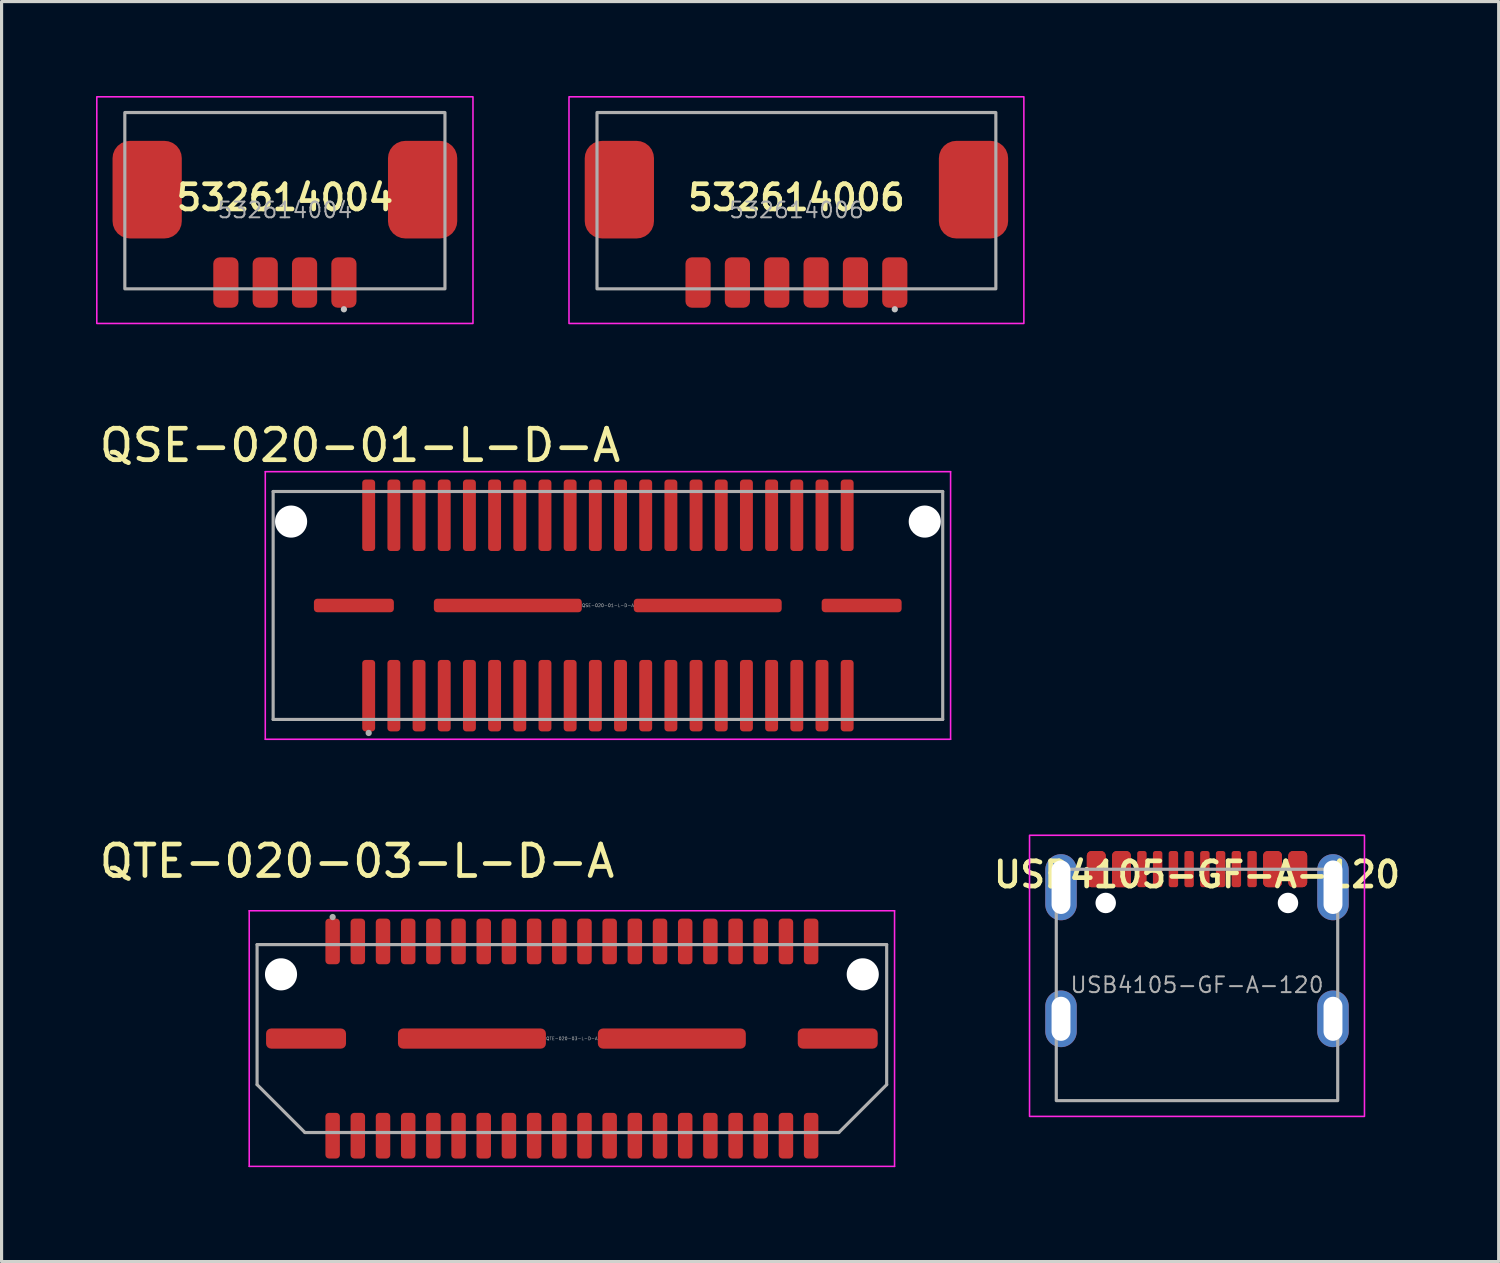
<source format=kicad_pcb>
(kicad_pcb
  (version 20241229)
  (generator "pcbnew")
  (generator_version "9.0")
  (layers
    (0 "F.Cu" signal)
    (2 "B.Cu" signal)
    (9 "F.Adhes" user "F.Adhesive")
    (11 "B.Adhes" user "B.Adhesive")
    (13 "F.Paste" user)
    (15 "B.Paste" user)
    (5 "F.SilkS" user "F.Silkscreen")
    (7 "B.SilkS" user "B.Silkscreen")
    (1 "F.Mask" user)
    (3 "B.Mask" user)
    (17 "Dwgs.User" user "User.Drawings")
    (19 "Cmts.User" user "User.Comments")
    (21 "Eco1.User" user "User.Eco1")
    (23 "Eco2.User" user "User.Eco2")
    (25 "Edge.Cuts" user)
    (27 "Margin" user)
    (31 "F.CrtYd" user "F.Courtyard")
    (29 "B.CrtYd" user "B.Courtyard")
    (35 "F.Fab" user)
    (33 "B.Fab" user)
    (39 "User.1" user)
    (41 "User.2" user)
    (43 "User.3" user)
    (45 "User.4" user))
  (footprint "USB4105-GF-A-120"
    (layer "F.Cu")
    (at 34.975 25.134)
    (property "Reference" "USB4105-GF-A-120" (at 0 -0.4 0) (unlocked yes) (layer "F.SilkS") (effects (font (size 0.8 0.8) (thickness 0.15))))
    (attr smd)
    (fp_rect (start -5.32 -1.65) (end 5.32 7.28) (stroke (width 0.05) (type solid)) (fill no) (layer "F.CrtYd"))
    (fp_rect (start -4.47 -0.57) (end 4.47 6.78) (stroke (width 0.1) (type solid)) (fill no) (layer "F.Fab"))
    (fp_text user "${REFERENCE}" (at 0 3.105 0) (unlocked yes) (layer "F.Fab") (effects (font (size 0.5 0.5) (thickness 0.062))))
    (pad "" np_thru_hole circle (at -2.9 0.5) (size 0.65 0.65) (drill 0.65) (layers "*.Cu" "*.Mask"))
    (pad "" np_thru_hole circle (at 2.89 0.5) (size 0.65 0.65) (drill 0.65) (layers "*.Cu" "*.Mask"))
    (pad "A1" smd roundrect (at -3.2 -0.575) (size 0.6 1.15) (layers "F.Cu" "F.Mask" "F.Paste") (roundrect_rratio 0.25))
    (pad "A4" smd roundrect (at -2.4 -0.575) (size 0.6 1.15) (layers "F.Cu" "F.Mask" "F.Paste") (roundrect_rratio 0.25))
    (pad "A5" smd roundrect (at -1.25 -0.575) (size 0.3 1.15) (layers "F.Cu" "F.Mask" "F.Paste") (roundrect_rratio 0.25))
    (pad "A6" smd roundrect (at -0.25 -0.575) (size 0.3 1.15) (layers "F.Cu" "F.Mask" "F.Paste") (roundrect_rratio 0.25))
    (pad "A7" smd roundrect (at 0.25 -0.575) (size 0.3 1.15) (layers "F.Cu" "F.Mask" "F.Paste") (roundrect_rratio 0.25))
    (pad "A8" smd roundrect (at 1.25 -0.575) (size 0.3 1.15) (layers "F.Cu" "F.Mask" "F.Paste") (roundrect_rratio 0.25))
    (pad "A9" smd roundrect (at 2.4 -0.575) (size 0.6 1.15) (layers "F.Cu" "F.Mask" "F.Paste") (roundrect_rratio 0.25))
    (pad "A12" smd roundrect (at 3.2 -0.575) (size 0.6 1.15) (layers "F.Cu" "F.Mask" "F.Paste") (roundrect_rratio 0.25))
    (pad "B1" smd roundrect (at 3.2 -0.575) (size 0.6 1.15) (layers "F.Cu" "F.Mask" "F.Paste") (roundrect_rratio 0.25))
    (pad "B4" smd roundrect (at 2.4 -0.575) (size 0.6 1.15) (layers "F.Cu" "F.Mask" "F.Paste") (roundrect_rratio 0.25))
    (pad "B5" smd roundrect (at 1.75 -0.575) (size 0.3 1.15) (layers "F.Cu" "F.Mask" "F.Paste") (roundrect_rratio 0.25))
    (pad "B6" smd roundrect (at 0.75 -0.575) (size 0.3 1.15) (layers "F.Cu" "F.Mask" "F.Paste") (roundrect_rratio 0.25))
    (pad "B7" smd roundrect (at -0.75 -0.575) (size 0.3 1.15) (layers "F.Cu" "F.Mask" "F.Paste") (roundrect_rratio 0.25))
    (pad "B8" smd roundrect (at -1.75 -0.575) (size 0.3 1.15) (layers "F.Cu" "F.Mask" "F.Paste") (roundrect_rratio 0.25))
    (pad "B9" smd roundrect (at -2.4 -0.575) (size 0.6 1.15) (layers "F.Cu" "F.Mask" "F.Paste") (roundrect_rratio 0.25))
    (pad "B12" smd roundrect (at -3.2 -0.575) (size 0.6 1.15) (layers "F.Cu" "F.Mask" "F.Paste") (roundrect_rratio 0.25))
    (pad "SH" thru_hole oval (at -4.32 0) (size 1 2.1) (drill oval 0.6 1.7) (layers "*.Cu" "*.Mask"))
    (pad "SH" thru_hole oval (at -4.32 4.18) (size 1 1.8) (drill oval 0.6 1.4) (layers "*.Cu" "*.Mask"))
    (pad "SH" thru_hole oval (at 4.32 0) (size 1 2.1) (drill oval 0.6 1.7) (layers "*.Cu" "*.Mask"))
    (pad "SH" thru_hole oval (at 4.32 4.18) (size 1 1.8) (drill oval 0.6 1.4) (layers "*.Cu" "*.Mask")))
  (footprint "QTE-020-03-L-D-A"
    (layer "F.Cu")
    (at 15.117 29.942)
    (property "Reference" "QTE-020-03-L-D-A" (at -6.825 -5.635 0) (layer "F.SilkS") (effects (font (size 1 1) (thickness 0.15))))
    (attr smd)
    (fp_line (start -10.25 -4.06) (end 10.25 -4.06) (stroke (width 0.05) (type solid)) (layer "F.CrtYd"))
    (fp_line (start -10.25 4.06) (end -10.25 -4.06) (stroke (width 0.05) (type solid)) (layer "F.CrtYd"))
    (fp_line (start 10.25 -4.06) (end 10.25 4.06) (stroke (width 0.05) (type solid)) (layer "F.CrtYd"))
    (fp_line (start 10.25 4.06) (end -10.25 4.06) (stroke (width 0.05) (type solid)) (layer "F.CrtYd"))
    (fp_line (start -10 -2.985) (end 10 -2.985) (stroke (width 0.1) (type solid)) (layer "F.Fab"))
    (fp_line (start -10 1.464) (end -10 -2.985) (stroke (width 0.1) (type solid)) (layer "F.Fab"))
    (fp_line (start -8.48 2.985) (end -10 1.464) (stroke (width 0.1) (type solid)) (layer "F.Fab"))
    (fp_line (start 8.48 2.985) (end -8.48 2.985) (stroke (width 0.1) (type solid)) (layer "F.Fab"))
    (fp_line (start 10 -2.985) (end 10 1.464) (stroke (width 0.1) (type solid)) (layer "F.Fab"))
    (fp_line (start 10 1.464) (end 8.48 2.985) (stroke (width 0.1) (type solid)) (layer "F.Fab"))
    (fp_circle (center -7.6 -3.86) (end -7.55 -3.86) (stroke (width 0.1) (type solid)) (fill no) (layer "F.Fab"))
    (fp_text user "${REFERENCE}" (at 0 0 0) (unlocked yes) (layer "F.Fab") (effects (font (size 0.1 0.1) (thickness 0.013))))
    (pad "" np_thru_hole circle (at -9.24 -2.04) (size 1.02 1.02) (drill 1.02) (layers "*.Cu" "*.Mask"))
    (pad "" np_thru_hole circle (at 9.24 -2.04) (size 1.02 1.02) (drill 1.02) (layers "*.Cu" "*.Mask"))
    (pad "1" smd roundrect (at -7.6 -3.085) (size 0.46 1.45) (layers "F.Cu" "F.Mask" "F.Paste") (roundrect_rratio 0.25))
    (pad "2" smd roundrect (at -7.6 3.085) (size 0.46 1.45) (layers "F.Cu" "F.Mask" "F.Paste") (roundrect_rratio 0.25))
    (pad "3" smd roundrect (at -6.8 -3.085) (size 0.46 1.45) (layers "F.Cu" "F.Mask" "F.Paste") (roundrect_rratio 0.25))
    (pad "4" smd roundrect (at -6.8 3.085) (size 0.46 1.45) (layers "F.Cu" "F.Mask" "F.Paste") (roundrect_rratio 0.25))
    (pad "5" smd roundrect (at -6 -3.085) (size 0.46 1.45) (layers "F.Cu" "F.Mask" "F.Paste") (roundrect_rratio 0.25))
    (pad "6" smd roundrect (at -6 3.085) (size 0.46 1.45) (layers "F.Cu" "F.Mask" "F.Paste") (roundrect_rratio 0.25))
    (pad "7" smd roundrect (at -5.2 -3.085) (size 0.46 1.45) (layers "F.Cu" "F.Mask" "F.Paste") (roundrect_rratio 0.25))
    (pad "8" smd roundrect (at -5.2 3.085) (size 0.46 1.45) (layers "F.Cu" "F.Mask" "F.Paste") (roundrect_rratio 0.25))
    (pad "9" smd roundrect (at -4.4 -3.085) (size 0.46 1.45) (layers "F.Cu" "F.Mask" "F.Paste") (roundrect_rratio 0.25))
    (pad "10" smd roundrect (at -4.4 3.085) (size 0.46 1.45) (layers "F.Cu" "F.Mask" "F.Paste") (roundrect_rratio 0.25))
    (pad "11" smd roundrect (at -3.6 -3.085) (size 0.46 1.45) (layers "F.Cu" "F.Mask" "F.Paste") (roundrect_rratio 0.25))
    (pad "12" smd roundrect (at -3.6 3.085) (size 0.46 1.45) (layers "F.Cu" "F.Mask" "F.Paste") (roundrect_rratio 0.25))
    (pad "13" smd roundrect (at -2.8 -3.085) (size 0.46 1.45) (layers "F.Cu" "F.Mask" "F.Paste") (roundrect_rratio 0.25))
    (pad "14" smd roundrect (at -2.8 3.085) (size 0.46 1.45) (layers "F.Cu" "F.Mask" "F.Paste") (roundrect_rratio 0.25))
    (pad "15" smd roundrect (at -2 -3.085) (size 0.46 1.45) (layers "F.Cu" "F.Mask" "F.Paste") (roundrect_rratio 0.25))
    (pad "16" smd roundrect (at -2 3.085) (size 0.46 1.45) (layers "F.Cu" "F.Mask" "F.Paste") (roundrect_rratio 0.25))
    (pad "17" smd roundrect (at -1.2 -3.085) (size 0.46 1.45) (layers "F.Cu" "F.Mask" "F.Paste") (roundrect_rratio 0.25))
    (pad "18" smd roundrect (at -1.2 3.085) (size 0.46 1.45) (layers "F.Cu" "F.Mask" "F.Paste") (roundrect_rratio 0.25))
    (pad "19" smd roundrect (at -0.4 -3.085) (size 0.46 1.45) (layers "F.Cu" "F.Mask" "F.Paste") (roundrect_rratio 0.25))
    (pad "20" smd roundrect (at -0.4 3.085) (size 0.46 1.45) (layers "F.Cu" "F.Mask" "F.Paste") (roundrect_rratio 0.25))
    (pad "21" smd roundrect (at 0.4 -3.085) (size 0.46 1.45) (layers "F.Cu" "F.Mask" "F.Paste") (roundrect_rratio 0.25))
    (pad "22" smd roundrect (at 0.4 3.085) (size 0.46 1.45) (layers "F.Cu" "F.Mask" "F.Paste") (roundrect_rratio 0.25))
    (pad "23" smd roundrect (at 1.2 -3.085) (size 0.46 1.45) (layers "F.Cu" "F.Mask" "F.Paste") (roundrect_rratio 0.25))
    (pad "24" smd roundrect (at 1.2 3.085) (size 0.46 1.45) (layers "F.Cu" "F.Mask" "F.Paste") (roundrect_rratio 0.25))
    (pad "25" smd roundrect (at 2 -3.085) (size 0.46 1.45) (layers "F.Cu" "F.Mask" "F.Paste") (roundrect_rratio 0.25))
    (pad "26" smd roundrect (at 2 3.085) (size 0.46 1.45) (layers "F.Cu" "F.Mask" "F.Paste") (roundrect_rratio 0.25))
    (pad "27" smd roundrect (at 2.8 -3.085) (size 0.46 1.45) (layers "F.Cu" "F.Mask" "F.Paste") (roundrect_rratio 0.25))
    (pad "28" smd roundrect (at 2.8 3.085) (size 0.46 1.45) (layers "F.Cu" "F.Mask" "F.Paste") (roundrect_rratio 0.25))
    (pad "29" smd roundrect (at 3.6 -3.085) (size 0.46 1.45) (layers "F.Cu" "F.Mask" "F.Paste") (roundrect_rratio 0.25))
    (pad "30" smd roundrect (at 3.6 3.085) (size 0.46 1.45) (layers "F.Cu" "F.Mask" "F.Paste") (roundrect_rratio 0.25))
    (pad "31" smd roundrect (at 4.4 -3.085) (size 0.46 1.45) (layers "F.Cu" "F.Mask" "F.Paste") (roundrect_rratio 0.25))
    (pad "32" smd roundrect (at 4.4 3.085) (size 0.46 1.45) (layers "F.Cu" "F.Mask" "F.Paste") (roundrect_rratio 0.25))
    (pad "33" smd roundrect (at 5.2 -3.085) (size 0.46 1.45) (layers "F.Cu" "F.Mask" "F.Paste") (roundrect_rratio 0.25))
    (pad "34" smd roundrect (at 5.2 3.085) (size 0.46 1.45) (layers "F.Cu" "F.Mask" "F.Paste") (roundrect_rratio 0.25))
    (pad "35" smd roundrect (at 6 -3.085) (size 0.46 1.45) (layers "F.Cu" "F.Mask" "F.Paste") (roundrect_rratio 0.25))
    (pad "36" smd roundrect (at 6 3.085) (size 0.46 1.45) (layers "F.Cu" "F.Mask" "F.Paste") (roundrect_rratio 0.25))
    (pad "37" smd roundrect (at 6.8 -3.085) (size 0.46 1.45) (layers "F.Cu" "F.Mask" "F.Paste") (roundrect_rratio 0.25))
    (pad "38" smd roundrect (at 6.8 3.085) (size 0.46 1.45) (layers "F.Cu" "F.Mask" "F.Paste") (roundrect_rratio 0.25))
    (pad "39" smd roundrect (at 7.6 -3.085) (size 0.46 1.45) (layers "F.Cu" "F.Mask" "F.Paste") (roundrect_rratio 0.25))
    (pad "40" smd roundrect (at 7.6 3.085) (size 0.46 1.45) (layers "F.Cu" "F.Mask" "F.Paste") (roundrect_rratio 0.25))
    (pad "G1" smd roundrect (at -8.445 0) (size 2.54 0.64) (layers "F.Cu" "F.Mask" "F.Paste") (roundrect_rratio 0.25))
    (pad "G2" smd roundrect (at -3.175 0) (size 4.7 0.64) (layers "F.Cu" "F.Mask" "F.Paste") (roundrect_rratio 0.25))
    (pad "G3" smd roundrect (at 3.175 0) (size 4.7 0.64) (layers "F.Cu" "F.Mask" "F.Paste") (roundrect_rratio 0.25))
    (pad "G4" smd roundrect (at 8.445 0) (size 2.54 0.64) (layers "F.Cu" "F.Mask" "F.Paste") (roundrect_rratio 0.25)))
  (footprint "532614004"
    (layer "F.Cu")
    (at 6 3.625)
    (property "Reference" "532614004" (at 0 -0.4 0) (unlocked yes) (layer "F.SilkS") (effects (font (size 0.8 0.8) (thickness 0.15))))
    (attr smd)
    (fp_circle (center 1.875 3.15) (end 1.925 3.15) (stroke (width 0.1) (type solid)) (fill no) (layer "Dwgs.User"))
    (fp_rect (start -5.975 -3.6) (end 5.975 3.6) (stroke (width 0.05) (type solid)) (fill no) (layer "F.CrtYd"))
    (fp_rect (start -5.085 -3.1) (end 5.085 2.5) (stroke (width 0.1) (type solid)) (fill no) (layer "F.Fab"))
    (fp_text user "${REFERENCE}" (at 0 0 0) (unlocked yes) (layer "F.Fab") (effects (font (size 0.5 0.5) (thickness 0.062))))
    (pad "1" smd roundrect (at 1.875 2.3 180) (size 0.8 1.6) (layers "F.Cu" "F.Mask" "F.Paste") (roundrect_rratio 0.25))
    (pad "2" smd roundrect (at 0.625 2.3 180) (size 0.8 1.6) (layers "F.Cu" "F.Mask" "F.Paste") (roundrect_rratio 0.25))
    (pad "3" smd roundrect (at -0.625 2.3 180) (size 0.8 1.6) (layers "F.Cu" "F.Mask" "F.Paste") (roundrect_rratio 0.25))
    (pad "4" smd roundrect (at -1.875 2.3 180) (size 0.8 1.6) (layers "F.Cu" "F.Mask" "F.Paste") (roundrect_rratio 0.25))
    (pad "MP" smd roundrect (at -4.375 -0.65) (size 2.2 3.1) (layers "F.Cu" "F.Mask" "F.Paste") (roundrect_rratio 0.25))
    (pad "MP" smd roundrect (at 4.375 -0.65) (size 2.2 3.1) (layers "F.Cu" "F.Mask" "F.Paste") (roundrect_rratio 0.25)))
  (footprint "QSE-020-01-L-D-A"
    (layer "F.Cu")
    (at 16.262 16.184)
    (property "Reference" "QSE-020-01-L-D-A" (at -7.875 -5.086 0) (layer "F.SilkS") (effects (font (size 1 1) (thickness 0.15))))
    (attr smd)
    (fp_line (start -10.885 -4.25) (end 10.885 -4.25) (stroke (width 0.05) (type solid)) (layer "F.CrtYd"))
    (fp_line (start -10.885 4.25) (end -10.885 -4.25) (stroke (width 0.05) (type solid)) (layer "F.CrtYd"))
    (fp_line (start 10.885 -4.25) (end 10.885 4.25) (stroke (width 0.05) (type solid)) (layer "F.CrtYd"))
    (fp_line (start 10.885 4.25) (end -10.885 4.25) (stroke (width 0.05) (type solid)) (layer "F.CrtYd"))
    (fp_line (start -10.635 -3.62) (end 10.635 -3.62) (stroke (width 0.1) (type solid)) (layer "F.Fab"))
    (fp_line (start -10.635 3.62) (end -10.635 -3.62) (stroke (width 0.1) (type solid)) (layer "F.Fab"))
    (fp_line (start 10.635 -3.62) (end 10.635 3.62) (stroke (width 0.1) (type solid)) (layer "F.Fab"))
    (fp_line (start 10.635 3.62) (end -10.635 3.62) (stroke (width 0.1) (type solid)) (layer "F.Fab"))
    (fp_circle (center -7.6 4.05) (end -7.55 4.05) (stroke (width 0.1) (type solid)) (fill no) (layer "F.Fab"))
    (fp_text user "${REFERENCE}" (at 0 0 0) (unlocked yes) (layer "F.Fab") (effects (font (size 0.1 0.1) (thickness 0.013))))
    (pad "" np_thru_hole circle (at -10.065 -2.665) (size 1.02 1.02) (drill 1.02) (layers "*.Cu" "*.Mask"))
    (pad "" np_thru_hole circle (at 10.065 -2.665) (size 1.02 1.02) (drill 1.02) (layers "*.Cu" "*.Mask"))
    (pad "1" smd roundrect (at -7.6 2.865) (size 0.41 2.27) (layers "F.Cu" "F.Mask" "F.Paste") (roundrect_rratio 0.25))
    (pad "2" smd roundrect (at -7.6 -2.865) (size 0.41 2.27) (layers "F.Cu" "F.Mask" "F.Paste") (roundrect_rratio 0.25))
    (pad "3" smd roundrect (at -6.8 2.865) (size 0.41 2.27) (layers "F.Cu" "F.Mask" "F.Paste") (roundrect_rratio 0.25))
    (pad "4" smd roundrect (at -6.8 -2.865) (size 0.41 2.27) (layers "F.Cu" "F.Mask" "F.Paste") (roundrect_rratio 0.25))
    (pad "5" smd roundrect (at -6 2.865) (size 0.41 2.27) (layers "F.Cu" "F.Mask" "F.Paste") (roundrect_rratio 0.25))
    (pad "6" smd roundrect (at -6 -2.865) (size 0.41 2.27) (layers "F.Cu" "F.Mask" "F.Paste") (roundrect_rratio 0.25))
    (pad "7" smd roundrect (at -5.2 2.865) (size 0.41 2.27) (layers "F.Cu" "F.Mask" "F.Paste") (roundrect_rratio 0.25))
    (pad "8" smd roundrect (at -5.2 -2.865) (size 0.41 2.27) (layers "F.Cu" "F.Mask" "F.Paste") (roundrect_rratio 0.25))
    (pad "9" smd roundrect (at -4.4 2.865) (size 0.41 2.27) (layers "F.Cu" "F.Mask" "F.Paste") (roundrect_rratio 0.25))
    (pad "10" smd roundrect (at -4.4 -2.865) (size 0.41 2.27) (layers "F.Cu" "F.Mask" "F.Paste") (roundrect_rratio 0.25))
    (pad "11" smd roundrect (at -3.6 2.865) (size 0.41 2.27) (layers "F.Cu" "F.Mask" "F.Paste") (roundrect_rratio 0.25))
    (pad "12" smd roundrect (at -3.6 -2.865) (size 0.41 2.27) (layers "F.Cu" "F.Mask" "F.Paste") (roundrect_rratio 0.25))
    (pad "13" smd roundrect (at -2.8 2.865) (size 0.41 2.27) (layers "F.Cu" "F.Mask" "F.Paste") (roundrect_rratio 0.25))
    (pad "14" smd roundrect (at -2.8 -2.865) (size 0.41 2.27) (layers "F.Cu" "F.Mask" "F.Paste") (roundrect_rratio 0.25))
    (pad "15" smd roundrect (at -2 2.865) (size 0.41 2.27) (layers "F.Cu" "F.Mask" "F.Paste") (roundrect_rratio 0.25))
    (pad "16" smd roundrect (at -2 -2.865) (size 0.41 2.27) (layers "F.Cu" "F.Mask" "F.Paste") (roundrect_rratio 0.25))
    (pad "17" smd roundrect (at -1.2 2.865) (size 0.41 2.27) (layers "F.Cu" "F.Mask" "F.Paste") (roundrect_rratio 0.25))
    (pad "18" smd roundrect (at -1.2 -2.865) (size 0.41 2.27) (layers "F.Cu" "F.Mask" "F.Paste") (roundrect_rratio 0.25))
    (pad "19" smd roundrect (at -0.4 2.865) (size 0.41 2.27) (layers "F.Cu" "F.Mask" "F.Paste") (roundrect_rratio 0.25))
    (pad "20" smd roundrect (at -0.4 -2.865) (size 0.41 2.27) (layers "F.Cu" "F.Mask" "F.Paste") (roundrect_rratio 0.25))
    (pad "21" smd roundrect (at 0.4 2.865) (size 0.41 2.27) (layers "F.Cu" "F.Mask" "F.Paste") (roundrect_rratio 0.25))
    (pad "22" smd roundrect (at 0.4 -2.865) (size 0.41 2.27) (layers "F.Cu" "F.Mask" "F.Paste") (roundrect_rratio 0.25))
    (pad "23" smd roundrect (at 1.2 2.865) (size 0.41 2.27) (layers "F.Cu" "F.Mask" "F.Paste") (roundrect_rratio 0.25))
    (pad "24" smd roundrect (at 1.2 -2.865) (size 0.41 2.27) (layers "F.Cu" "F.Mask" "F.Paste") (roundrect_rratio 0.25))
    (pad "25" smd roundrect (at 2 2.865) (size 0.41 2.27) (layers "F.Cu" "F.Mask" "F.Paste") (roundrect_rratio 0.25))
    (pad "26" smd roundrect (at 2 -2.865) (size 0.41 2.27) (layers "F.Cu" "F.Mask" "F.Paste") (roundrect_rratio 0.25))
    (pad "27" smd roundrect (at 2.8 2.865) (size 0.41 2.27) (layers "F.Cu" "F.Mask" "F.Paste") (roundrect_rratio 0.25))
    (pad "28" smd roundrect (at 2.8 -2.865) (size 0.41 2.27) (layers "F.Cu" "F.Mask" "F.Paste") (roundrect_rratio 0.25))
    (pad "29" smd roundrect (at 3.6 2.865) (size 0.41 2.27) (layers "F.Cu" "F.Mask" "F.Paste") (roundrect_rratio 0.25))
    (pad "30" smd roundrect (at 3.6 -2.865) (size 0.41 2.27) (layers "F.Cu" "F.Mask" "F.Paste") (roundrect_rratio 0.25))
    (pad "31" smd roundrect (at 4.4 2.865) (size 0.41 2.27) (layers "F.Cu" "F.Mask" "F.Paste") (roundrect_rratio 0.25))
    (pad "32" smd roundrect (at 4.4 -2.865) (size 0.41 2.27) (layers "F.Cu" "F.Mask" "F.Paste") (roundrect_rratio 0.25))
    (pad "33" smd roundrect (at 5.2 2.865) (size 0.41 2.27) (layers "F.Cu" "F.Mask" "F.Paste") (roundrect_rratio 0.25))
    (pad "34" smd roundrect (at 5.2 -2.865) (size 0.41 2.27) (layers "F.Cu" "F.Mask" "F.Paste") (roundrect_rratio 0.25))
    (pad "35" smd roundrect (at 6 2.865) (size 0.41 2.27) (layers "F.Cu" "F.Mask" "F.Paste") (roundrect_rratio 0.25))
    (pad "36" smd roundrect (at 6 -2.865) (size 0.41 2.27) (layers "F.Cu" "F.Mask" "F.Paste") (roundrect_rratio 0.25))
    (pad "37" smd roundrect (at 6.8 2.865) (size 0.41 2.27) (layers "F.Cu" "F.Mask" "F.Paste") (roundrect_rratio 0.25))
    (pad "38" smd roundrect (at 6.8 -2.865) (size 0.41 2.27) (layers "F.Cu" "F.Mask" "F.Paste") (roundrect_rratio 0.25))
    (pad "39" smd roundrect (at 7.6 2.865) (size 0.41 2.27) (layers "F.Cu" "F.Mask" "F.Paste") (roundrect_rratio 0.25))
    (pad "40" smd roundrect (at 7.6 -2.865) (size 0.41 2.27) (layers "F.Cu" "F.Mask" "F.Paste") (roundrect_rratio 0.25))
    (pad "G1" smd roundrect (at -8.07 0) (size 2.54 0.43) (layers "F.Cu" "F.Mask" "F.Paste") (roundrect_rratio 0.25))
    (pad "G2" smd roundrect (at -3.18 0) (size 4.7 0.43) (layers "F.Cu" "F.Mask" "F.Paste") (roundrect_rratio 0.25))
    (pad "G3" smd roundrect (at 3.17 0) (size 4.7 0.43) (layers "F.Cu" "F.Mask" "F.Paste") (roundrect_rratio 0.25))
    (pad "G4" smd roundrect (at 8.06 0) (size 2.54 0.43) (layers "F.Cu" "F.Mask" "F.Paste") (roundrect_rratio 0.25)))
  (footprint "532614006"
    (layer "F.Cu")
    (at 22.25 3.625)
    (property "Reference" "532614006" (at 0 -0.4 0) (unlocked yes) (layer "F.SilkS") (effects (font (size 0.8 0.8) (thickness 0.15))))
    (attr smd)
    (fp_circle (center 3.125 3.15) (end 3.175 3.15) (stroke (width 0.1) (type solid)) (fill no) (layer "Dwgs.User"))
    (fp_rect (start -7.225 -3.6) (end 7.225 3.6) (stroke (width 0.05) (type solid)) (fill no) (layer "F.CrtYd"))
    (fp_rect (start -6.335 -3.1) (end 6.335 2.5) (stroke (width 0.1) (type solid)) (fill no) (layer "F.Fab"))
    (fp_text user "${REFERENCE}" (at 0 0 0) (unlocked yes) (layer "F.Fab") (effects (font (size 0.5 0.5) (thickness 0.062))))
    (pad "1" smd roundrect (at 3.125 2.3 180) (size 0.8 1.6) (layers "F.Cu" "F.Mask" "F.Paste") (roundrect_rratio 0.25))
    (pad "2" smd roundrect (at 1.875 2.3 180) (size 0.8 1.6) (layers "F.Cu" "F.Mask" "F.Paste") (roundrect_rratio 0.25))
    (pad "3" smd roundrect (at 0.625 2.3 180) (size 0.8 1.6) (layers "F.Cu" "F.Mask" "F.Paste") (roundrect_rratio 0.25))
    (pad "4" smd roundrect (at -0.625 2.3 180) (size 0.8 1.6) (layers "F.Cu" "F.Mask" "F.Paste") (roundrect_rratio 0.25))
    (pad "5" smd roundrect (at -1.875 2.3 180) (size 0.8 1.6) (layers "F.Cu" "F.Mask" "F.Paste") (roundrect_rratio 0.25))
    (pad "6" smd roundrect (at -3.125 2.3 180) (size 0.8 1.6) (layers "F.Cu" "F.Mask" "F.Paste") (roundrect_rratio 0.25))
    (pad "MP" smd roundrect (at -5.625 -0.65) (size 2.2 3.1) (layers "F.Cu" "F.Mask" "F.Paste") (roundrect_rratio 0.25))
    (pad "MP" smd roundrect (at 5.625 -0.65) (size 2.2 3.1) (layers "F.Cu" "F.Mask" "F.Paste") (roundrect_rratio 0.25)))
  (gr_rect
    (start -3 -3)
    (end 44.558 37.027)
    (stroke (width 0.1) (type default))
    (fill no)
    (layer "Edge.Cuts")))
</source>
